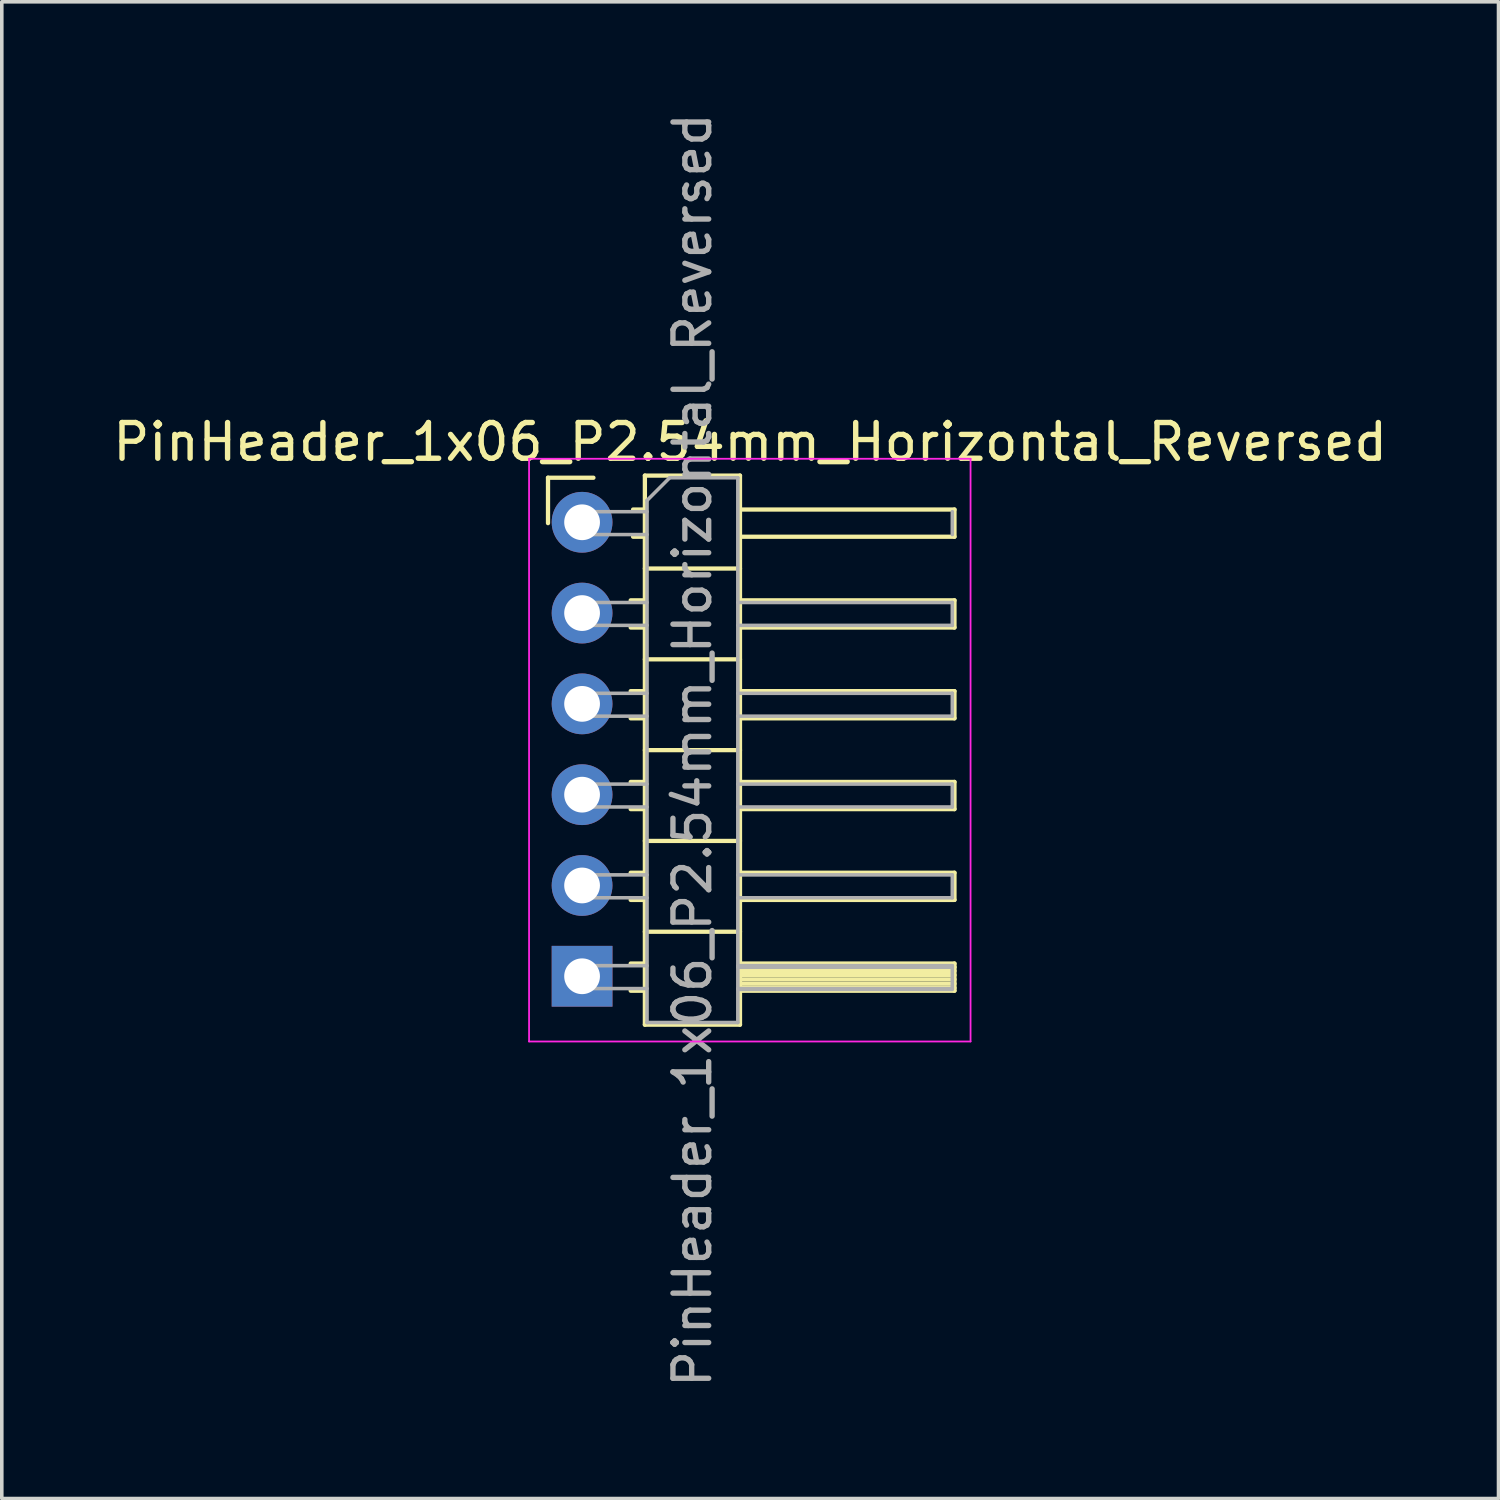
<source format=kicad_pcb>
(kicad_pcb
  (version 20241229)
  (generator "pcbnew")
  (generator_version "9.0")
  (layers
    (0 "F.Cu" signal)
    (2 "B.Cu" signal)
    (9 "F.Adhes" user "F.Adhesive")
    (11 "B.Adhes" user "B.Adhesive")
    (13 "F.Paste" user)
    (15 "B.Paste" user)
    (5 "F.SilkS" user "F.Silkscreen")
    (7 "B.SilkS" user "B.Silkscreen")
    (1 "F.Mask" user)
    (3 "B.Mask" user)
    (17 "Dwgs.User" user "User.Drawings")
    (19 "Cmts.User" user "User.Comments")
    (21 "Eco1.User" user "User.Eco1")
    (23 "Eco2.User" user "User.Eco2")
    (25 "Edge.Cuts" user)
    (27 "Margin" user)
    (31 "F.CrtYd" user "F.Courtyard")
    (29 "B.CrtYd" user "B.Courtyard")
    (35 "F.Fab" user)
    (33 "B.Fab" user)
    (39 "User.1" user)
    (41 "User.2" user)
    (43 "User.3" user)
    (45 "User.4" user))
  (footprint "PinHeader_1x06_P2.54mm_Horizontal_Reversed"
    (layer "F.Cu")
    (at 13.233 17.91)
    (property "Reference" "PinHeader_1x06_P2.54mm_Horizontal_Reversed" (at 4.702 -8.596 0) (layer "F.SilkS") (effects (font (size 1 1) (thickness 0.15))))
    (attr through_hole)
    (fp_line (start -0.953 -7.596) (end 0.317 -7.596) (stroke (width 0.12) (type solid)) (layer "F.SilkS"))
    (fp_line (start -0.953 -6.326) (end -0.953 -7.596) (stroke (width 0.12) (type solid)) (layer "F.SilkS"))
    (fp_line (start 1.36 -4.166) (end 1.757 -4.166) (stroke (width 0.12) (type solid)) (layer "F.SilkS"))
    (fp_line (start 1.36 -3.406) (end 1.757 -3.406) (stroke (width 0.12) (type solid)) (layer "F.SilkS"))
    (fp_line (start 1.36 -1.626) (end 1.757 -1.626) (stroke (width 0.12) (type solid)) (layer "F.SilkS"))
    (fp_line (start 1.36 -0.866) (end 1.757 -0.866) (stroke (width 0.12) (type solid)) (layer "F.SilkS"))
    (fp_line (start 1.36 0.914) (end 1.757 0.914) (stroke (width 0.12) (type solid)) (layer "F.SilkS"))
    (fp_line (start 1.36 1.674) (end 1.757 1.674) (stroke (width 0.12) (type solid)) (layer "F.SilkS"))
    (fp_line (start 1.36 3.454) (end 1.757 3.454) (stroke (width 0.12) (type solid)) (layer "F.SilkS"))
    (fp_line (start 1.36 4.214) (end 1.757 4.214) (stroke (width 0.12) (type solid)) (layer "F.SilkS"))
    (fp_line (start 1.36 5.994) (end 1.757 5.994) (stroke (width 0.12) (type solid)) (layer "F.SilkS"))
    (fp_line (start 1.36 6.754) (end 1.757 6.754) (stroke (width 0.12) (type solid)) (layer "F.SilkS"))
    (fp_line (start 1.427 -6.706) (end 1.757 -6.706) (stroke (width 0.12) (type solid)) (layer "F.SilkS"))
    (fp_line (start 1.427 -5.946) (end 1.757 -5.946) (stroke (width 0.12) (type solid)) (layer "F.SilkS"))
    (fp_line (start 1.757 -7.656) (end 1.757 7.704) (stroke (width 0.12) (type solid)) (layer "F.SilkS"))
    (fp_line (start 1.757 -5.056) (end 4.417 -5.056) (stroke (width 0.12) (type solid)) (layer "F.SilkS"))
    (fp_line (start 1.757 -2.516) (end 4.417 -2.516) (stroke (width 0.12) (type solid)) (layer "F.SilkS"))
    (fp_line (start 1.757 0.024) (end 4.417 0.024) (stroke (width 0.12) (type solid)) (layer "F.SilkS"))
    (fp_line (start 1.757 2.564) (end 4.417 2.564) (stroke (width 0.12) (type solid)) (layer "F.SilkS"))
    (fp_line (start 1.757 5.104) (end 4.417 5.104) (stroke (width 0.12) (type solid)) (layer "F.SilkS"))
    (fp_line (start 1.757 7.704) (end 4.417 7.704) (stroke (width 0.12) (type solid)) (layer "F.SilkS"))
    (fp_line (start 4.417 -7.656) (end 1.757 -7.656) (stroke (width 0.12) (type solid)) (layer "F.SilkS"))
    (fp_line (start 4.417 -6.706) (end 10.417 -6.706) (stroke (width 0.12) (type solid)) (layer "F.SilkS"))
    (fp_line (start 4.417 -4.166) (end 10.417 -4.166) (stroke (width 0.12) (type solid)) (layer "F.SilkS"))
    (fp_line (start 4.417 -1.626) (end 10.417 -1.626) (stroke (width 0.12) (type solid)) (layer "F.SilkS"))
    (fp_line (start 4.417 0.914) (end 10.417 0.914) (stroke (width 0.12) (type solid)) (layer "F.SilkS"))
    (fp_line (start 4.417 3.454) (end 10.417 3.454) (stroke (width 0.12) (type solid)) (layer "F.SilkS"))
    (fp_line (start 4.417 5.994) (end 10.417 5.994) (stroke (width 0.12) (type solid)) (layer "F.SilkS"))
    (fp_line (start 4.417 6.198) (end 10.417 6.198) (stroke (width 0.12) (type solid)) (layer "F.SilkS"))
    (fp_line (start 4.417 6.318) (end 10.417 6.318) (stroke (width 0.12) (type solid)) (layer "F.SilkS"))
    (fp_line (start 4.417 6.438) (end 10.417 6.438) (stroke (width 0.12) (type solid)) (layer "F.SilkS"))
    (fp_line (start 4.417 6.558) (end 10.417 6.558) (stroke (width 0.12) (type solid)) (layer "F.SilkS"))
    (fp_line (start 4.417 6.678) (end 10.417 6.678) (stroke (width 0.12) (type solid)) (layer "F.SilkS"))
    (fp_line (start 4.417 7.704) (end 4.417 -7.656) (stroke (width 0.12) (type solid)) (layer "F.SilkS"))
    (fp_line (start 4.42 6.096) (end 10.42 6.096) (stroke (width 0.12) (type solid)) (layer "F.SilkS"))
    (fp_line (start 10.417 -6.706) (end 10.417 -5.946) (stroke (width 0.12) (type solid)) (layer "F.SilkS"))
    (fp_line (start 10.417 -5.946) (end 4.417 -5.946) (stroke (width 0.12) (type solid)) (layer "F.SilkS"))
    (fp_line (start 10.417 -4.166) (end 10.417 -3.406) (stroke (width 0.12) (type solid)) (layer "F.SilkS"))
    (fp_line (start 10.417 -3.406) (end 4.417 -3.406) (stroke (width 0.12) (type solid)) (layer "F.SilkS"))
    (fp_line (start 10.417 -1.626) (end 10.417 -0.866) (stroke (width 0.12) (type solid)) (layer "F.SilkS"))
    (fp_line (start 10.417 -0.866) (end 4.417 -0.866) (stroke (width 0.12) (type solid)) (layer "F.SilkS"))
    (fp_line (start 10.417 0.914) (end 10.417 1.674) (stroke (width 0.12) (type solid)) (layer "F.SilkS"))
    (fp_line (start 10.417 1.674) (end 4.417 1.674) (stroke (width 0.12) (type solid)) (layer "F.SilkS"))
    (fp_line (start 10.417 3.454) (end 10.417 4.214) (stroke (width 0.12) (type solid)) (layer "F.SilkS"))
    (fp_line (start 10.417 4.214) (end 4.417 4.214) (stroke (width 0.12) (type solid)) (layer "F.SilkS"))
    (fp_line (start 10.417 5.994) (end 10.417 6.754) (stroke (width 0.12) (type solid)) (layer "F.SilkS"))
    (fp_line (start 10.417 6.754) (end 4.417 6.754) (stroke (width 0.12) (type solid)) (layer "F.SilkS"))
    (fp_line (start -1.483 -8.126) (end -1.483 8.174) (stroke (width 0.05) (type solid)) (layer "F.CrtYd"))
    (fp_line (start -1.483 8.174) (end 10.867 8.174) (stroke (width 0.05) (type solid)) (layer "F.CrtYd"))
    (fp_line (start 10.867 -8.126) (end -1.483 -8.126) (stroke (width 0.05) (type solid)) (layer "F.CrtYd"))
    (fp_line (start 10.867 8.174) (end 10.867 -8.126) (stroke (width 0.05) (type solid)) (layer "F.CrtYd"))
    (fp_line (start -0.003 -6.646) (end -0.003 -6.006) (stroke (width 0.1) (type solid)) (layer "F.Fab"))
    (fp_line (start -0.003 -6.646) (end 1.817 -6.646) (stroke (width 0.1) (type solid)) (layer "F.Fab"))
    (fp_line (start -0.003 -6.006) (end 1.817 -6.006) (stroke (width 0.1) (type solid)) (layer "F.Fab"))
    (fp_line (start -0.003 -4.106) (end -0.003 -3.466) (stroke (width 0.1) (type solid)) (layer "F.Fab"))
    (fp_line (start -0.003 -4.106) (end 1.817 -4.106) (stroke (width 0.1) (type solid)) (layer "F.Fab"))
    (fp_line (start -0.003 -3.466) (end 1.817 -3.466) (stroke (width 0.1) (type solid)) (layer "F.Fab"))
    (fp_line (start -0.003 -1.566) (end -0.003 -0.926) (stroke (width 0.1) (type solid)) (layer "F.Fab"))
    (fp_line (start -0.003 -1.566) (end 1.817 -1.566) (stroke (width 0.1) (type solid)) (layer "F.Fab"))
    (fp_line (start -0.003 -0.926) (end 1.817 -0.926) (stroke (width 0.1) (type solid)) (layer "F.Fab"))
    (fp_line (start -0.003 0.974) (end -0.003 1.614) (stroke (width 0.1) (type solid)) (layer "F.Fab"))
    (fp_line (start -0.003 0.974) (end 1.817 0.974) (stroke (width 0.1) (type solid)) (layer "F.Fab"))
    (fp_line (start -0.003 1.614) (end 1.817 1.614) (stroke (width 0.1) (type solid)) (layer "F.Fab"))
    (fp_line (start -0.003 3.514) (end -0.003 4.154) (stroke (width 0.1) (type solid)) (layer "F.Fab"))
    (fp_line (start -0.003 3.514) (end 1.817 3.514) (stroke (width 0.1) (type solid)) (layer "F.Fab"))
    (fp_line (start -0.003 4.154) (end 1.817 4.154) (stroke (width 0.1) (type solid)) (layer "F.Fab"))
    (fp_line (start -0.003 6.054) (end -0.003 6.694) (stroke (width 0.1) (type solid)) (layer "F.Fab"))
    (fp_line (start -0.003 6.054) (end 1.817 6.054) (stroke (width 0.1) (type solid)) (layer "F.Fab"))
    (fp_line (start -0.003 6.694) (end 1.817 6.694) (stroke (width 0.1) (type solid)) (layer "F.Fab"))
    (fp_line (start 1.817 -6.961) (end 2.452 -7.596) (stroke (width 0.1) (type solid)) (layer "F.Fab"))
    (fp_line (start 1.817 7.644) (end 1.817 -6.961) (stroke (width 0.1) (type solid)) (layer "F.Fab"))
    (fp_line (start 2.452 -7.596) (end 4.357 -7.596) (stroke (width 0.1) (type solid)) (layer "F.Fab"))
    (fp_line (start 4.357 -7.596) (end 4.357 7.644) (stroke (width 0.1) (type solid)) (layer "F.Fab"))
    (fp_line (start 4.357 -4.106) (end 10.357 -4.106) (stroke (width 0.1) (type solid)) (layer "F.Fab"))
    (fp_line (start 4.357 -3.466) (end 10.357 -3.466) (stroke (width 0.1) (type solid)) (layer "F.Fab"))
    (fp_line (start 4.357 -1.566) (end 10.357 -1.566) (stroke (width 0.1) (type solid)) (layer "F.Fab"))
    (fp_line (start 4.357 -0.926) (end 10.357 -0.926) (stroke (width 0.1) (type solid)) (layer "F.Fab"))
    (fp_line (start 4.357 0.974) (end 10.357 0.974) (stroke (width 0.1) (type solid)) (layer "F.Fab"))
    (fp_line (start 4.357 1.614) (end 10.357 1.614) (stroke (width 0.1) (type solid)) (layer "F.Fab"))
    (fp_line (start 4.357 3.514) (end 10.357 3.514) (stroke (width 0.1) (type solid)) (layer "F.Fab"))
    (fp_line (start 4.357 4.154) (end 10.357 4.154) (stroke (width 0.1) (type solid)) (layer "F.Fab"))
    (fp_line (start 4.357 6.054) (end 10.357 6.054) (stroke (width 0.1) (type solid)) (layer "F.Fab"))
    (fp_line (start 4.357 6.096) (end 10.357 6.096) (stroke (width 0.1) (type solid)) (layer "F.Fab"))
    (fp_line (start 4.357 6.694) (end 10.357 6.694) (stroke (width 0.1) (type solid)) (layer "F.Fab"))
    (fp_line (start 4.357 6.718) (end 10.357 6.718) (stroke (width 0.1) (type solid)) (layer "F.Fab"))
    (fp_line (start 4.357 7.644) (end 1.817 7.644) (stroke (width 0.1) (type solid)) (layer "F.Fab"))
    (fp_line (start 10.357 -6.646) (end 10.357 -6.006) (stroke (width 0.1) (type solid)) (layer "F.Fab"))
    (fp_line (start 10.357 -4.106) (end 10.357 -3.466) (stroke (width 0.1) (type solid)) (layer "F.Fab"))
    (fp_line (start 10.357 -1.566) (end 10.357 -0.926) (stroke (width 0.1) (type solid)) (layer "F.Fab"))
    (fp_line (start 10.357 0.974) (end 10.357 1.614) (stroke (width 0.1) (type solid)) (layer "F.Fab"))
    (fp_line (start 10.357 3.514) (end 10.357 4.154) (stroke (width 0.1) (type solid)) (layer "F.Fab"))
    (fp_line (start 10.357 6.054) (end 10.357 6.694) (stroke (width 0.1) (type solid)) (layer "F.Fab"))
    (fp_text user "${REFERENCE}" (at 3.087 0.024 90) (layer "F.Fab") (effects (font (size 1 1) (thickness 0.15))))
    (pad "1" thru_hole rect (at 0 6.35 180) (size 1.7 1.7) (drill 1) (layers "*.Cu" "*.Mask"))
    (pad "2" thru_hole oval (at 0 3.81 180) (size 1.7 1.7) (drill 1) (layers "*.Cu" "*.Mask"))
    (pad "3" thru_hole oval (at 0 1.27 180) (size 1.7 1.7) (drill 1) (layers "*.Cu" "*.Mask"))
    (pad "4" thru_hole oval (at 0 -1.27 180) (size 1.7 1.7) (drill 1) (layers "*.Cu" "*.Mask"))
    (pad "5" thru_hole oval (at 0 -3.81 180) (size 1.7 1.7) (drill 1) (layers "*.Cu" "*.Mask"))
    (pad "6" thru_hole oval (at 0 -6.35 180) (size 1.7 1.7) (drill 1) (layers "*.Cu" "*.Mask")))
  (gr_rect
    (start -3 -3)
    (end 38.869 38.869)
    (stroke (width 0.1) (type default))
    (fill no)
    (layer "Edge.Cuts")))
</source>
